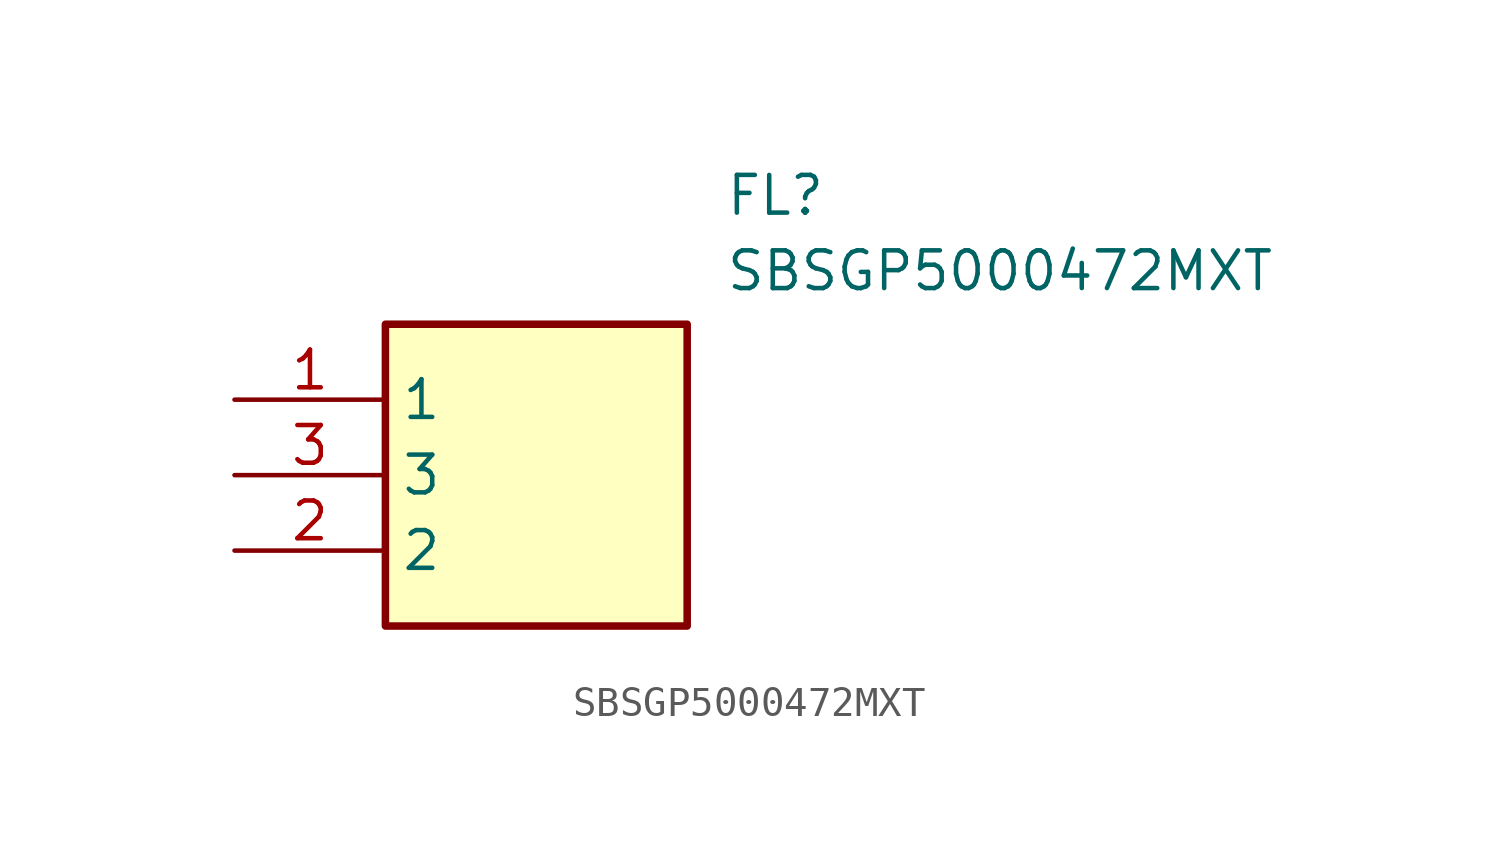
<source format=kicad_sym>
(kicad_symbol_lib
  (version 20211014)
  (generator SamacSys_ECAD_Model)
  (symbol "SBSGP5000472MXT"
    (property "Reference" "FL"
      (at 16.51 7.62 0)
      (effects (font (size 1.27 1.27)) (justify left top)))
    (property "Value" "SBSGP5000472MXT"
      (at 16.51 5.08 0)
      (effects (font (size 1.27 1.27)) (justify left top)))
    (rectangle
      (start 5.08 2.54)
      (end 15.24 -7.62)
      (stroke (width 0.254) (type default))
      (fill (type background)))
    (pin passive line
      (at 0 0 0)
      (length 5.08)
      (name "1" (effects (font (size 1.27 1.27))))
      (number "1" (effects (font (size 1.27 1.27)))))
    (pin passive line
      (at 0 -5.08 0)
      (length 5.08)
      (name "2" (effects (font (size 1.27 1.27))))
      (number "2" (effects (font (size 1.27 1.27)))))
    (pin passive line
      (at 0 -2.54 0)
      (length 5.08)
      (name "3" (effects (font (size 1.27 1.27))))
      (number "3" (effects (font (size 1.27 1.27)))))))
</source>
